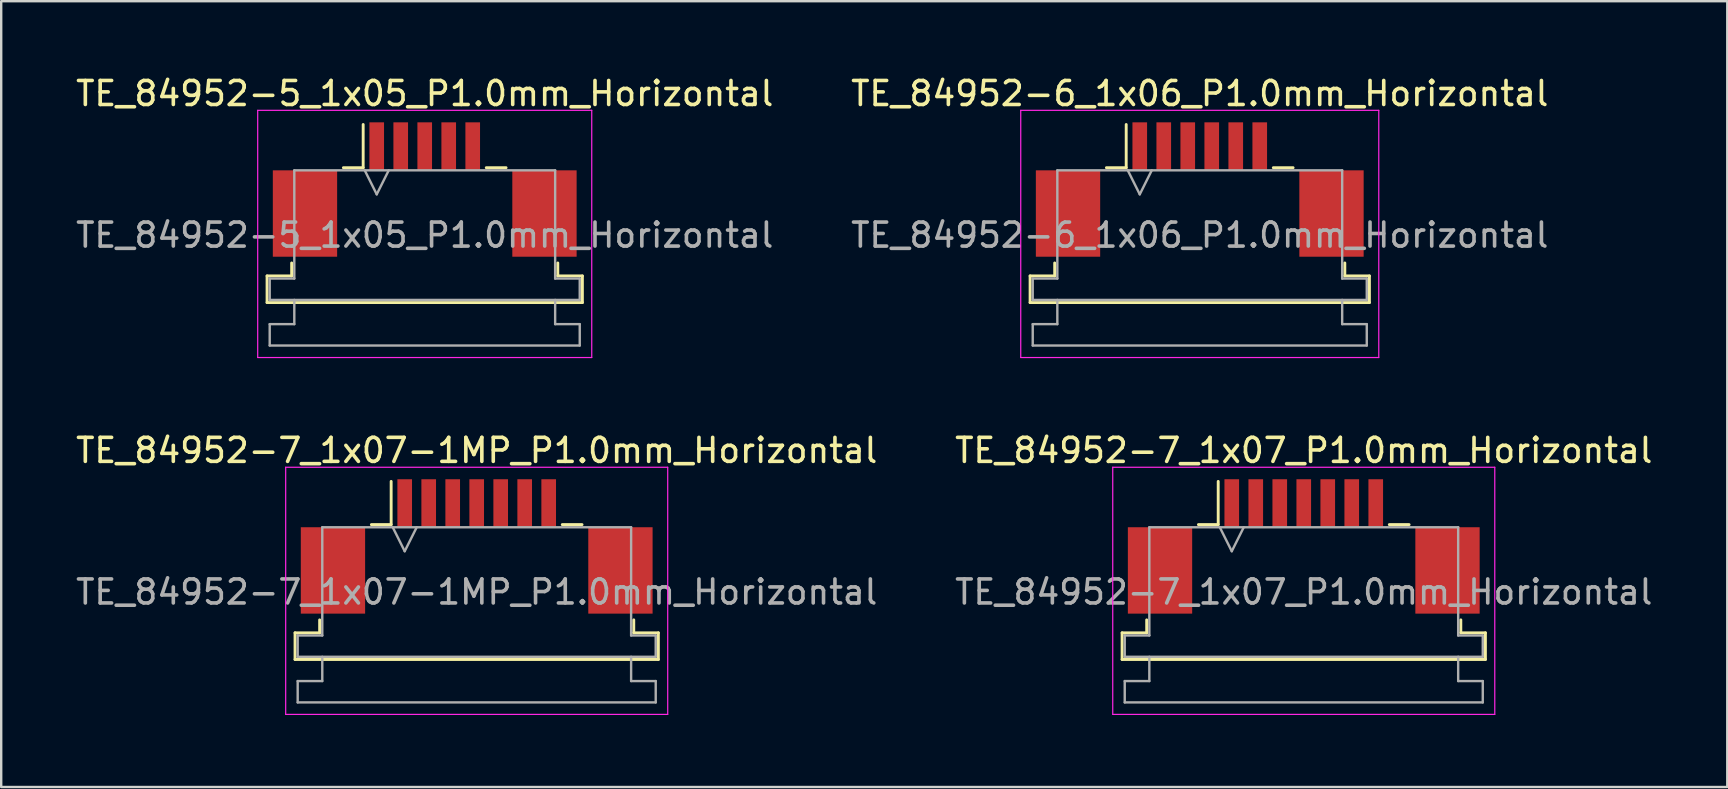
<source format=kicad_pcb>
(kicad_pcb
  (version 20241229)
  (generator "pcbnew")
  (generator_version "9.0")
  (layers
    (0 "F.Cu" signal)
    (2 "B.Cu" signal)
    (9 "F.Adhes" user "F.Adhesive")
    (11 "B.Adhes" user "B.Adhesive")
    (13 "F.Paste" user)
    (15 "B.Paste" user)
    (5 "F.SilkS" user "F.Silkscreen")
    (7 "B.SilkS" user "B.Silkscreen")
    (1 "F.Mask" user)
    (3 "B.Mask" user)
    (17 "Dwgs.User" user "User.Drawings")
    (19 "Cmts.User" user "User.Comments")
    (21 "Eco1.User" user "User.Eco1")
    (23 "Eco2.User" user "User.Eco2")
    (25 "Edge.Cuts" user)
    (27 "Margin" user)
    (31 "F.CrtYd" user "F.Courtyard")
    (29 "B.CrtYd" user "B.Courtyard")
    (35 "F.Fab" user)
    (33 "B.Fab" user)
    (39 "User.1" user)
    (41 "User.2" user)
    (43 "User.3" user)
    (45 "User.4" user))
  (footprint "TE_84952-7_1x07-1MP_P1.0mm_Horizontal"
    (layer "F.Cu")
    (at 16.815 19.721)
    (property "Reference" "TE_84952-7_1x07-1MP_P1.0mm_Horizontal" (at 0 -4 0) (layer "F.SilkS") (effects (font (size 1 1) (thickness 0.15))))
    (attr smd)
    (fp_line (start -7.57 3.6) (end -6.545 3.6) (stroke (width 0.12) (type solid)) (layer "F.SilkS"))
    (fp_line (start -7.57 4.71) (end -7.57 3.6) (stroke (width 0.12) (type solid)) (layer "F.SilkS"))
    (fp_line (start -6.545 3.6) (end -6.545 3.06) (stroke (width 0.12) (type solid)) (layer "F.SilkS"))
    (fp_line (start -4.39 -0.91) (end -3.565 -0.91) (stroke (width 0.12) (type solid)) (layer "F.SilkS"))
    (fp_line (start -3.565 -0.91) (end -3.565 -2.71) (stroke (width 0.12) (type solid)) (layer "F.SilkS"))
    (fp_line (start 3.565 -0.91) (end 4.39 -0.91) (stroke (width 0.12) (type solid)) (layer "F.SilkS"))
    (fp_line (start 6.545 3.06) (end 6.545 3.6) (stroke (width 0.12) (type solid)) (layer "F.SilkS"))
    (fp_line (start 6.545 3.6) (end 7.57 3.6) (stroke (width 0.12) (type solid)) (layer "F.SilkS"))
    (fp_line (start 7.57 3.6) (end 7.57 4.71) (stroke (width 0.12) (type solid)) (layer "F.SilkS"))
    (fp_line (start 7.57 4.71) (end -7.57 4.71) (stroke (width 0.12) (type solid)) (layer "F.SilkS"))
    (fp_line (start -7.96 -3.3) (end -7.96 7) (stroke (width 0.05) (type solid)) (layer "F.CrtYd"))
    (fp_line (start -7.96 7) (end 7.96 7) (stroke (width 0.05) (type solid)) (layer "F.CrtYd"))
    (fp_line (start 7.96 -3.3) (end -7.96 -3.3) (stroke (width 0.05) (type solid)) (layer "F.CrtYd"))
    (fp_line (start 7.96 7) (end 7.96 -3.3) (stroke (width 0.05) (type solid)) (layer "F.CrtYd"))
    (fp_line (start -7.46 3.71) (end -6.435 3.71) (stroke (width 0.1) (type solid)) (layer "F.Fab"))
    (fp_line (start -7.46 4.6) (end -7.46 3.71) (stroke (width 0.1) (type solid)) (layer "F.Fab"))
    (fp_line (start -7.46 5.61) (end -6.435 5.61) (stroke (width 0.1) (type solid)) (layer "F.Fab"))
    (fp_line (start -7.46 6.5) (end -7.46 5.61) (stroke (width 0.1) (type solid)) (layer "F.Fab"))
    (fp_line (start -6.435 -0.8) (end 6.435 -0.8) (stroke (width 0.1) (type solid)) (layer "F.Fab"))
    (fp_line (start -6.435 3.71) (end -6.435 -0.8) (stroke (width 0.1) (type solid)) (layer "F.Fab"))
    (fp_line (start -6.435 5.61) (end -6.435 4.6) (stroke (width 0.1) (type solid)) (layer "F.Fab"))
    (fp_line (start -3.5 -0.8) (end -3 0.2) (stroke (width 0.1) (type solid)) (layer "F.Fab"))
    (fp_line (start -3 0.2) (end -2.5 -0.8) (stroke (width 0.1) (type solid)) (layer "F.Fab"))
    (fp_line (start 6.435 -0.8) (end 6.435 3.71) (stroke (width 0.1) (type solid)) (layer "F.Fab"))
    (fp_line (start 6.435 3.71) (end 7.46 3.71) (stroke (width 0.1) (type solid)) (layer "F.Fab"))
    (fp_line (start 6.435 4.6) (end 6.435 5.61) (stroke (width 0.1) (type solid)) (layer "F.Fab"))
    (fp_line (start 6.435 5.61) (end 7.46 5.61) (stroke (width 0.1) (type solid)) (layer "F.Fab"))
    (fp_line (start 7.46 3.71) (end 7.46 4.6) (stroke (width 0.1) (type solid)) (layer "F.Fab"))
    (fp_line (start 7.46 4.6) (end -7.46 4.6) (stroke (width 0.1) (type solid)) (layer "F.Fab"))
    (fp_line (start 7.46 5.61) (end 7.46 6.5) (stroke (width 0.1) (type solid)) (layer "F.Fab"))
    (fp_line (start 7.46 6.5) (end -7.46 6.5) (stroke (width 0.1) (type solid)) (layer "F.Fab"))
    (fp_text user "${REFERENCE}" (at 0 1.9 0) (layer "F.Fab") (effects (font (size 1 1) (thickness 0.15))))
    (pad "1" smd rect (at -3 -1.8) (size 0.61 2) (layers "F.Cu" "F.Mask" "F.Paste"))
    (pad "2" smd rect (at -2 -1.8) (size 0.61 2) (layers "F.Cu" "F.Mask" "F.Paste"))
    (pad "3" smd rect (at -1 -1.8) (size 0.61 2) (layers "F.Cu" "F.Mask" "F.Paste"))
    (pad "4" smd rect (at 0 -1.8) (size 0.61 2) (layers "F.Cu" "F.Mask" "F.Paste"))
    (pad "5" smd rect (at 1 -1.8) (size 0.61 2) (layers "F.Cu" "F.Mask" "F.Paste"))
    (pad "6" smd rect (at 2 -1.8) (size 0.61 2) (layers "F.Cu" "F.Mask" "F.Paste"))
    (pad "7" smd rect (at 3 -1.8) (size 0.61 2) (layers "F.Cu" "F.Mask" "F.Paste"))
    (pad "MP" smd rect (at -5.99 1) (size 2.68 3.6) (layers "F.Cu" "F.Mask" "F.Paste"))
    (pad "MP" smd rect (at 5.99 1) (size 2.68 3.6) (layers "F.Cu" "F.Mask" "F.Paste")))
  (footprint "TE_84952-6_1x06_P1.0mm_Horizontal"
    (layer "F.Cu")
    (at 46.946 4.848)
    (property "Reference" "TE_84952-6_1x06_P1.0mm_Horizontal" (at 0 -4 0) (layer "F.SilkS") (effects (font (size 1 1) (thickness 0.15))))
    (attr smd)
    (fp_line (start -7.07 3.6) (end -6.045 3.6) (stroke (width 0.12) (type solid)) (layer "F.SilkS"))
    (fp_line (start -7.07 4.71) (end -7.07 3.6) (stroke (width 0.12) (type solid)) (layer "F.SilkS"))
    (fp_line (start -6.045 3.6) (end -6.045 3.06) (stroke (width 0.12) (type solid)) (layer "F.SilkS"))
    (fp_line (start -3.89 -0.91) (end -3.065 -0.91) (stroke (width 0.12) (type solid)) (layer "F.SilkS"))
    (fp_line (start -3.065 -0.91) (end -3.065 -2.71) (stroke (width 0.12) (type solid)) (layer "F.SilkS"))
    (fp_line (start 3.065 -0.91) (end 3.89 -0.91) (stroke (width 0.12) (type solid)) (layer "F.SilkS"))
    (fp_line (start 6.045 3.06) (end 6.045 3.6) (stroke (width 0.12) (type solid)) (layer "F.SilkS"))
    (fp_line (start 6.045 3.6) (end 7.07 3.6) (stroke (width 0.12) (type solid)) (layer "F.SilkS"))
    (fp_line (start 7.07 3.6) (end 7.07 4.71) (stroke (width 0.12) (type solid)) (layer "F.SilkS"))
    (fp_line (start 7.07 4.71) (end -7.07 4.71) (stroke (width 0.12) (type solid)) (layer "F.SilkS"))
    (fp_line (start -7.46 -3.3) (end -7.46 7) (stroke (width 0.05) (type solid)) (layer "F.CrtYd"))
    (fp_line (start -7.46 7) (end 7.46 7) (stroke (width 0.05) (type solid)) (layer "F.CrtYd"))
    (fp_line (start 7.46 -3.3) (end -7.46 -3.3) (stroke (width 0.05) (type solid)) (layer "F.CrtYd"))
    (fp_line (start 7.46 7) (end 7.46 -3.3) (stroke (width 0.05) (type solid)) (layer "F.CrtYd"))
    (fp_line (start -6.96 3.71) (end -5.935 3.71) (stroke (width 0.1) (type solid)) (layer "F.Fab"))
    (fp_line (start -6.96 4.6) (end -6.96 3.71) (stroke (width 0.1) (type solid)) (layer "F.Fab"))
    (fp_line (start -6.96 5.61) (end -5.935 5.61) (stroke (width 0.1) (type solid)) (layer "F.Fab"))
    (fp_line (start -6.96 6.5) (end -6.96 5.61) (stroke (width 0.1) (type solid)) (layer "F.Fab"))
    (fp_line (start -5.935 -0.8) (end 5.935 -0.8) (stroke (width 0.1) (type solid)) (layer "F.Fab"))
    (fp_line (start -5.935 3.71) (end -5.935 -0.8) (stroke (width 0.1) (type solid)) (layer "F.Fab"))
    (fp_line (start -5.935 5.61) (end -5.935 4.6) (stroke (width 0.1) (type solid)) (layer "F.Fab"))
    (fp_line (start -3 -0.8) (end -2.5 0.2) (stroke (width 0.1) (type solid)) (layer "F.Fab"))
    (fp_line (start -2.5 0.2) (end -2 -0.8) (stroke (width 0.1) (type solid)) (layer "F.Fab"))
    (fp_line (start 5.935 -0.8) (end 5.935 3.71) (stroke (width 0.1) (type solid)) (layer "F.Fab"))
    (fp_line (start 5.935 3.71) (end 6.96 3.71) (stroke (width 0.1) (type solid)) (layer "F.Fab"))
    (fp_line (start 5.935 4.6) (end 5.935 5.61) (stroke (width 0.1) (type solid)) (layer "F.Fab"))
    (fp_line (start 5.935 5.61) (end 6.96 5.61) (stroke (width 0.1) (type solid)) (layer "F.Fab"))
    (fp_line (start 6.96 3.71) (end 6.96 4.6) (stroke (width 0.1) (type solid)) (layer "F.Fab"))
    (fp_line (start 6.96 4.6) (end -6.96 4.6) (stroke (width 0.1) (type solid)) (layer "F.Fab"))
    (fp_line (start 6.96 5.61) (end 6.96 6.5) (stroke (width 0.1) (type solid)) (layer "F.Fab"))
    (fp_line (start 6.96 6.5) (end -6.96 6.5) (stroke (width 0.1) (type solid)) (layer "F.Fab"))
    (fp_text user "${REFERENCE}" (at 0 1.9 0) (layer "F.Fab") (effects (font (size 1 1) (thickness 0.15))))
    (pad "" smd rect (at -5.49 1) (size 2.68 3.6) (layers "F.Cu" "F.Mask" "F.Paste"))
    (pad "" smd rect (at 5.49 1) (size 2.68 3.6) (layers "F.Cu" "F.Mask" "F.Paste"))
    (pad "1" smd rect (at -2.5 -1.8) (size 0.61 2) (layers "F.Cu" "F.Mask" "F.Paste"))
    (pad "2" smd rect (at -1.5 -1.8) (size 0.61 2) (layers "F.Cu" "F.Mask" "F.Paste"))
    (pad "3" smd rect (at -0.5 -1.8) (size 0.61 2) (layers "F.Cu" "F.Mask" "F.Paste"))
    (pad "4" smd rect (at 0.5 -1.8) (size 0.61 2) (layers "F.Cu" "F.Mask" "F.Paste"))
    (pad "5" smd rect (at 1.5 -1.8) (size 0.61 2) (layers "F.Cu" "F.Mask" "F.Paste"))
    (pad "6" smd rect (at 2.5 -1.8) (size 0.61 2) (layers "F.Cu" "F.Mask" "F.Paste")))
  (footprint "TE_84952-5_1x05_P1.0mm_Horizontal"
    (layer "F.Cu")
    (at 14.649 4.848)
    (property "Reference" "TE_84952-5_1x05_P1.0mm_Horizontal" (at 0 -4 0) (layer "F.SilkS") (effects (font (size 1 1) (thickness 0.15))))
    (attr smd)
    (fp_line (start -6.57 3.6) (end -5.545 3.6) (stroke (width 0.12) (type solid)) (layer "F.SilkS"))
    (fp_line (start -6.57 4.71) (end -6.57 3.6) (stroke (width 0.12) (type solid)) (layer "F.SilkS"))
    (fp_line (start -5.545 3.6) (end -5.545 3.06) (stroke (width 0.12) (type solid)) (layer "F.SilkS"))
    (fp_line (start -3.39 -0.91) (end -2.565 -0.91) (stroke (width 0.12) (type solid)) (layer "F.SilkS"))
    (fp_line (start -2.565 -0.91) (end -2.565 -2.71) (stroke (width 0.12) (type solid)) (layer "F.SilkS"))
    (fp_line (start 2.565 -0.91) (end 3.39 -0.91) (stroke (width 0.12) (type solid)) (layer "F.SilkS"))
    (fp_line (start 5.545 3.06) (end 5.545 3.6) (stroke (width 0.12) (type solid)) (layer "F.SilkS"))
    (fp_line (start 5.545 3.6) (end 6.57 3.6) (stroke (width 0.12) (type solid)) (layer "F.SilkS"))
    (fp_line (start 6.57 3.6) (end 6.57 4.71) (stroke (width 0.12) (type solid)) (layer "F.SilkS"))
    (fp_line (start 6.57 4.71) (end -6.57 4.71) (stroke (width 0.12) (type solid)) (layer "F.SilkS"))
    (fp_line (start -6.96 -3.3) (end -6.96 7) (stroke (width 0.05) (type solid)) (layer "F.CrtYd"))
    (fp_line (start -6.96 7) (end 6.96 7) (stroke (width 0.05) (type solid)) (layer "F.CrtYd"))
    (fp_line (start 6.96 -3.3) (end -6.96 -3.3) (stroke (width 0.05) (type solid)) (layer "F.CrtYd"))
    (fp_line (start 6.96 7) (end 6.96 -3.3) (stroke (width 0.05) (type solid)) (layer "F.CrtYd"))
    (fp_line (start -6.46 3.71) (end -5.435 3.71) (stroke (width 0.1) (type solid)) (layer "F.Fab"))
    (fp_line (start -6.46 4.6) (end -6.46 3.71) (stroke (width 0.1) (type solid)) (layer "F.Fab"))
    (fp_line (start -6.46 5.61) (end -5.435 5.61) (stroke (width 0.1) (type solid)) (layer "F.Fab"))
    (fp_line (start -6.46 6.5) (end -6.46 5.61) (stroke (width 0.1) (type solid)) (layer "F.Fab"))
    (fp_line (start -5.435 -0.8) (end 5.435 -0.8) (stroke (width 0.1) (type solid)) (layer "F.Fab"))
    (fp_line (start -5.435 3.71) (end -5.435 -0.8) (stroke (width 0.1) (type solid)) (layer "F.Fab"))
    (fp_line (start -5.435 5.61) (end -5.435 4.6) (stroke (width 0.1) (type solid)) (layer "F.Fab"))
    (fp_line (start -2.5 -0.8) (end -2 0.2) (stroke (width 0.1) (type solid)) (layer "F.Fab"))
    (fp_line (start -2 0.2) (end -1.5 -0.8) (stroke (width 0.1) (type solid)) (layer "F.Fab"))
    (fp_line (start 5.435 -0.8) (end 5.435 3.71) (stroke (width 0.1) (type solid)) (layer "F.Fab"))
    (fp_line (start 5.435 3.71) (end 6.46 3.71) (stroke (width 0.1) (type solid)) (layer "F.Fab"))
    (fp_line (start 5.435 4.6) (end 5.435 5.61) (stroke (width 0.1) (type solid)) (layer "F.Fab"))
    (fp_line (start 5.435 5.61) (end 6.46 5.61) (stroke (width 0.1) (type solid)) (layer "F.Fab"))
    (fp_line (start 6.46 3.71) (end 6.46 4.6) (stroke (width 0.1) (type solid)) (layer "F.Fab"))
    (fp_line (start 6.46 4.6) (end -6.46 4.6) (stroke (width 0.1) (type solid)) (layer "F.Fab"))
    (fp_line (start 6.46 5.61) (end 6.46 6.5) (stroke (width 0.1) (type solid)) (layer "F.Fab"))
    (fp_line (start 6.46 6.5) (end -6.46 6.5) (stroke (width 0.1) (type solid)) (layer "F.Fab"))
    (fp_text user "${REFERENCE}" (at 0 1.9 0) (layer "F.Fab") (effects (font (size 1 1) (thickness 0.15))))
    (pad "" smd rect (at -4.99 1) (size 2.68 3.6) (layers "F.Cu" "F.Mask" "F.Paste"))
    (pad "" smd rect (at 4.99 1) (size 2.68 3.6) (layers "F.Cu" "F.Mask" "F.Paste"))
    (pad "1" smd rect (at -2 -1.8) (size 0.61 2) (layers "F.Cu" "F.Mask" "F.Paste"))
    (pad "2" smd rect (at -1 -1.8) (size 0.61 2) (layers "F.Cu" "F.Mask" "F.Paste"))
    (pad "3" smd rect (at 0 -1.8) (size 0.61 2) (layers "F.Cu" "F.Mask" "F.Paste"))
    (pad "4" smd rect (at 1 -1.8) (size 0.61 2) (layers "F.Cu" "F.Mask" "F.Paste"))
    (pad "5" smd rect (at 2 -1.8) (size 0.61 2) (layers "F.Cu" "F.Mask" "F.Paste")))
  (footprint "TE_84952-7_1x07_P1.0mm_Horizontal"
    (layer "F.Cu")
    (at 51.28 19.721)
    (property "Reference" "TE_84952-7_1x07_P1.0mm_Horizontal" (at 0 -4 0) (layer "F.SilkS") (effects (font (size 1 1) (thickness 0.15))))
    (attr smd)
    (fp_line (start -7.57 3.6) (end -6.545 3.6) (stroke (width 0.12) (type solid)) (layer "F.SilkS"))
    (fp_line (start -7.57 4.71) (end -7.57 3.6) (stroke (width 0.12) (type solid)) (layer "F.SilkS"))
    (fp_line (start -6.545 3.6) (end -6.545 3.06) (stroke (width 0.12) (type solid)) (layer "F.SilkS"))
    (fp_line (start -4.39 -0.91) (end -3.565 -0.91) (stroke (width 0.12) (type solid)) (layer "F.SilkS"))
    (fp_line (start -3.565 -0.91) (end -3.565 -2.71) (stroke (width 0.12) (type solid)) (layer "F.SilkS"))
    (fp_line (start 3.565 -0.91) (end 4.39 -0.91) (stroke (width 0.12) (type solid)) (layer "F.SilkS"))
    (fp_line (start 6.545 3.06) (end 6.545 3.6) (stroke (width 0.12) (type solid)) (layer "F.SilkS"))
    (fp_line (start 6.545 3.6) (end 7.57 3.6) (stroke (width 0.12) (type solid)) (layer "F.SilkS"))
    (fp_line (start 7.57 3.6) (end 7.57 4.71) (stroke (width 0.12) (type solid)) (layer "F.SilkS"))
    (fp_line (start 7.57 4.71) (end -7.57 4.71) (stroke (width 0.12) (type solid)) (layer "F.SilkS"))
    (fp_line (start -7.96 -3.3) (end -7.96 7) (stroke (width 0.05) (type solid)) (layer "F.CrtYd"))
    (fp_line (start -7.96 7) (end 7.96 7) (stroke (width 0.05) (type solid)) (layer "F.CrtYd"))
    (fp_line (start 7.96 -3.3) (end -7.96 -3.3) (stroke (width 0.05) (type solid)) (layer "F.CrtYd"))
    (fp_line (start 7.96 7) (end 7.96 -3.3) (stroke (width 0.05) (type solid)) (layer "F.CrtYd"))
    (fp_line (start -7.46 3.71) (end -6.435 3.71) (stroke (width 0.1) (type solid)) (layer "F.Fab"))
    (fp_line (start -7.46 4.6) (end -7.46 3.71) (stroke (width 0.1) (type solid)) (layer "F.Fab"))
    (fp_line (start -7.46 5.61) (end -6.435 5.61) (stroke (width 0.1) (type solid)) (layer "F.Fab"))
    (fp_line (start -7.46 6.5) (end -7.46 5.61) (stroke (width 0.1) (type solid)) (layer "F.Fab"))
    (fp_line (start -6.435 -0.8) (end 6.435 -0.8) (stroke (width 0.1) (type solid)) (layer "F.Fab"))
    (fp_line (start -6.435 3.71) (end -6.435 -0.8) (stroke (width 0.1) (type solid)) (layer "F.Fab"))
    (fp_line (start -6.435 5.61) (end -6.435 4.6) (stroke (width 0.1) (type solid)) (layer "F.Fab"))
    (fp_line (start -3.5 -0.8) (end -3 0.2) (stroke (width 0.1) (type solid)) (layer "F.Fab"))
    (fp_line (start -3 0.2) (end -2.5 -0.8) (stroke (width 0.1) (type solid)) (layer "F.Fab"))
    (fp_line (start 6.435 -0.8) (end 6.435 3.71) (stroke (width 0.1) (type solid)) (layer "F.Fab"))
    (fp_line (start 6.435 3.71) (end 7.46 3.71) (stroke (width 0.1) (type solid)) (layer "F.Fab"))
    (fp_line (start 6.435 4.6) (end 6.435 5.61) (stroke (width 0.1) (type solid)) (layer "F.Fab"))
    (fp_line (start 6.435 5.61) (end 7.46 5.61) (stroke (width 0.1) (type solid)) (layer "F.Fab"))
    (fp_line (start 7.46 3.71) (end 7.46 4.6) (stroke (width 0.1) (type solid)) (layer "F.Fab"))
    (fp_line (start 7.46 4.6) (end -7.46 4.6) (stroke (width 0.1) (type solid)) (layer "F.Fab"))
    (fp_line (start 7.46 5.61) (end 7.46 6.5) (stroke (width 0.1) (type solid)) (layer "F.Fab"))
    (fp_line (start 7.46 6.5) (end -7.46 6.5) (stroke (width 0.1) (type solid)) (layer "F.Fab"))
    (fp_text user "${REFERENCE}" (at 0 1.9 0) (layer "F.Fab") (effects (font (size 1 1) (thickness 0.15))))
    (pad "" smd rect (at -5.99 1) (size 2.68 3.6) (layers "F.Cu" "F.Mask" "F.Paste"))
    (pad "" smd rect (at 5.99 1) (size 2.68 3.6) (layers "F.Cu" "F.Mask" "F.Paste"))
    (pad "1" smd rect (at -3 -1.8) (size 0.61 2) (layers "F.Cu" "F.Mask" "F.Paste"))
    (pad "2" smd rect (at -2 -1.8) (size 0.61 2) (layers "F.Cu" "F.Mask" "F.Paste"))
    (pad "3" smd rect (at -1 -1.8) (size 0.61 2) (layers "F.Cu" "F.Mask" "F.Paste"))
    (pad "4" smd rect (at 0 -1.8) (size 0.61 2) (layers "F.Cu" "F.Mask" "F.Paste"))
    (pad "5" smd rect (at 1 -1.8) (size 0.61 2) (layers "F.Cu" "F.Mask" "F.Paste"))
    (pad "6" smd rect (at 2 -1.8) (size 0.61 2) (layers "F.Cu" "F.Mask" "F.Paste"))
    (pad "7" smd rect (at 3 -1.8) (size 0.61 2) (layers "F.Cu" "F.Mask" "F.Paste")))
  (gr_rect
    (start -3 -3)
    (end 68.929 29.747)
    (stroke (width 0.1) (type default))
    (fill no)
    (layer "Edge.Cuts")))
</source>
